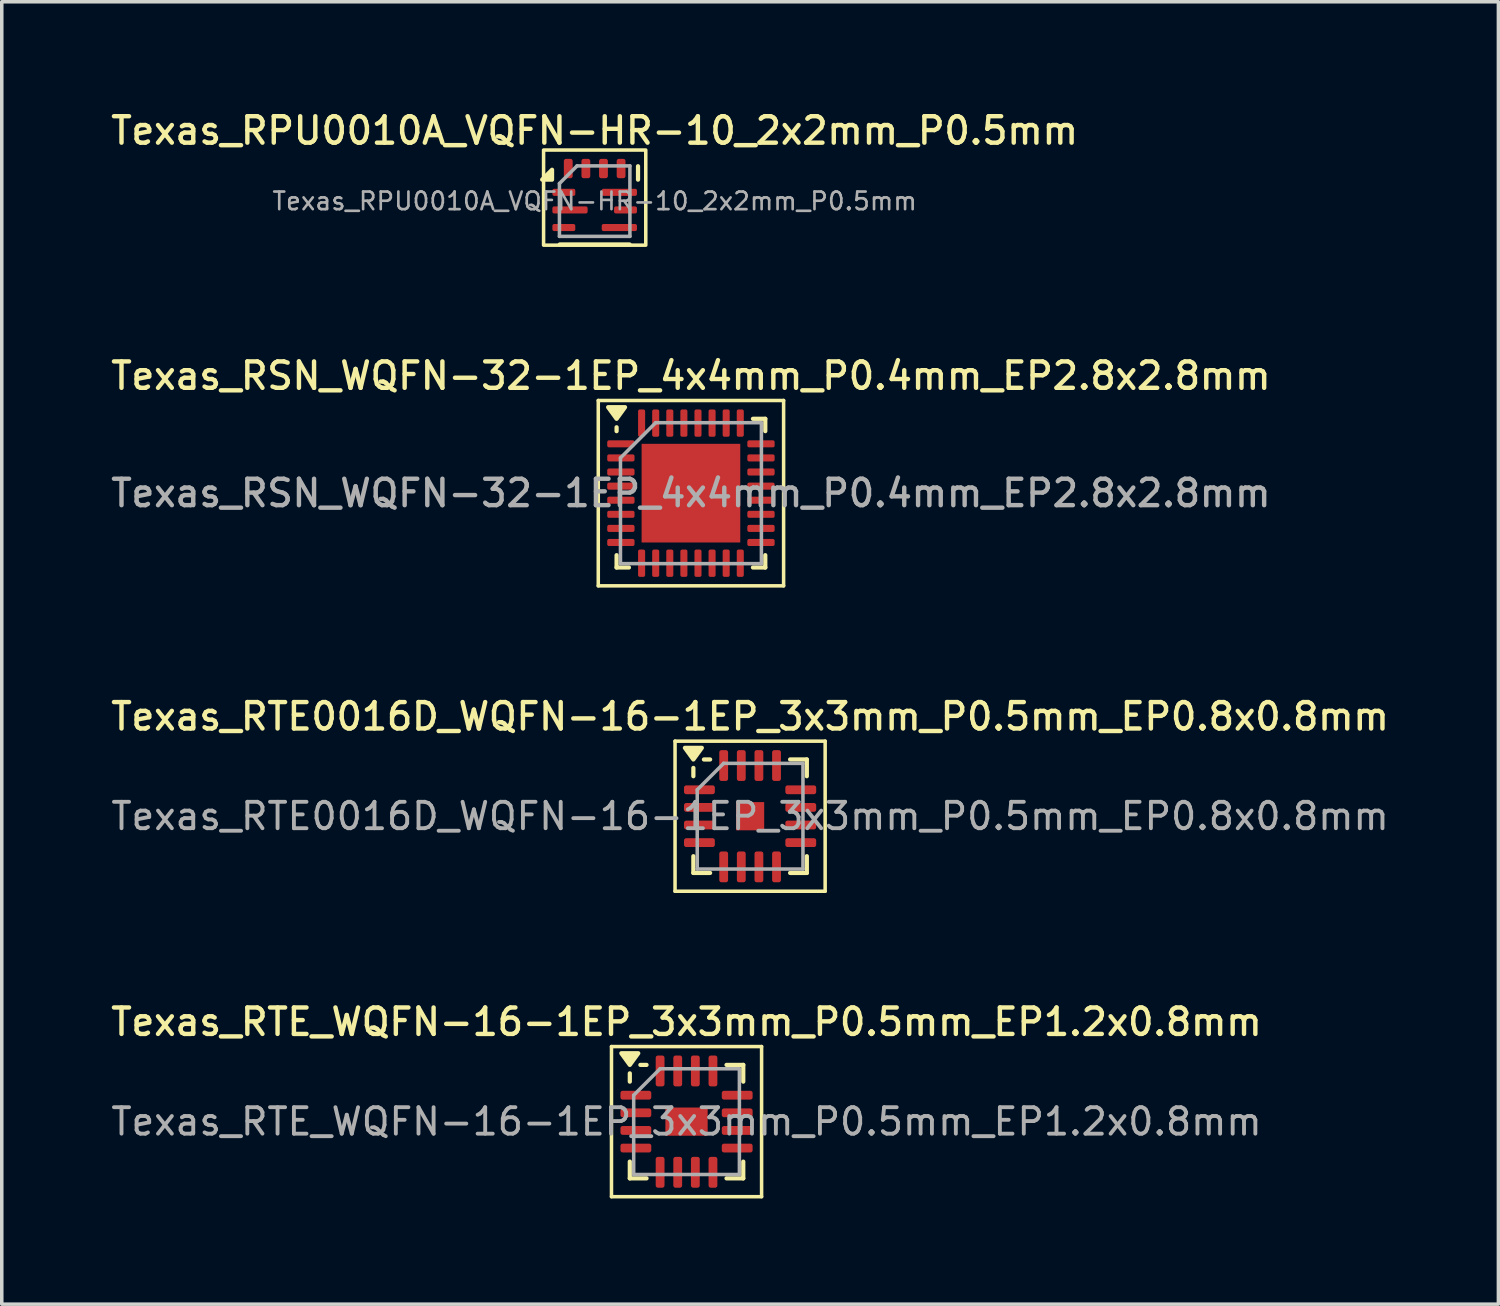
<source format=kicad_pcb>
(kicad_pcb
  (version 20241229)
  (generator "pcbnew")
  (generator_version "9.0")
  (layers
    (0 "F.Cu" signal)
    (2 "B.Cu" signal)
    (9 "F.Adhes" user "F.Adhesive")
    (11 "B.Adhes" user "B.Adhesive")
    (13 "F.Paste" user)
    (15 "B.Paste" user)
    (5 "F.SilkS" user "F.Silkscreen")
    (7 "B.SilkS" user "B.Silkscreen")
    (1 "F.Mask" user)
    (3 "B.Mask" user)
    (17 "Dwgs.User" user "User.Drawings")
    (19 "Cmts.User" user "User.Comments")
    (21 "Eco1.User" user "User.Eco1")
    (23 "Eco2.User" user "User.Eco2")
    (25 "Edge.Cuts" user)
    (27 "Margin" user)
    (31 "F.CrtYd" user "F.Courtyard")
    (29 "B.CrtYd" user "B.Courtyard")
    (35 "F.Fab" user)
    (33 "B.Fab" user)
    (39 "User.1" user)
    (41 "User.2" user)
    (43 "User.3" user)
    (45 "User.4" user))
  (footprint "Texas_RSN_WQFN-32-1EP_4x4mm_P0.4mm_EP2.8x2.8mm"
    (layer "F.Cu")
    (at 16.559 10.946)
    (property "Reference" "Texas_RSN_WQFN-32-1EP_4x4mm_P0.4mm_EP2.8x2.8mm" (at 0 -3.33 0) (layer "F.SilkS") (effects (font (size 0.75 0.75) (thickness 0.125))))
    (attr smd)
    (fp_line (start -2.63 -2.63) (end -2.63 2.63) (stroke (width 0.1) (type solid)) (layer "F.SilkS"))
    (fp_line (start -2.63 2.63) (end 2.63 2.63) (stroke (width 0.1) (type solid)) (layer "F.SilkS"))
    (fp_line (start -2.11 -1.76) (end -2.11 -1.87) (stroke (width 0.12) (type solid)) (layer "F.SilkS"))
    (fp_line (start -2.11 2.11) (end -2.11 1.76) (stroke (width 0.12) (type solid)) (layer "F.SilkS"))
    (fp_line (start -1.76 2.11) (end -2.11 2.11) (stroke (width 0.12) (type solid)) (layer "F.SilkS"))
    (fp_line (start 1.76 -2.11) (end 2.11 -2.11) (stroke (width 0.12) (type solid)) (layer "F.SilkS"))
    (fp_line (start 1.76 2.11) (end 2.11 2.11) (stroke (width 0.12) (type solid)) (layer "F.SilkS"))
    (fp_line (start 2.11 -2.11) (end 2.11 -1.76) (stroke (width 0.12) (type solid)) (layer "F.SilkS"))
    (fp_line (start 2.11 2.11) (end 2.11 1.76) (stroke (width 0.12) (type solid)) (layer "F.SilkS"))
    (fp_line (start 2.63 -2.63) (end -2.63 -2.63) (stroke (width 0.1) (type solid)) (layer "F.SilkS"))
    (fp_line (start 2.63 2.63) (end 2.63 -2.63) (stroke (width 0.1) (type solid)) (layer "F.SilkS"))
    (fp_poly (pts (xy -2.11 -2.11) (xy -2.35 -2.44) (xy -1.87 -2.44) (xy -2.11 -2.11)) (stroke (width 0.12) (type solid)) (fill yes) (layer "F.SilkS"))
    (fp_line (start -2 -1) (end -1 -2) (stroke (width 0.1) (type solid)) (layer "F.Fab"))
    (fp_line (start -2 2) (end -2 -1) (stroke (width 0.1) (type solid)) (layer "F.Fab"))
    (fp_line (start -1 -2) (end 2 -2) (stroke (width 0.1) (type solid)) (layer "F.Fab"))
    (fp_line (start 2 -2) (end 2 2) (stroke (width 0.1) (type solid)) (layer "F.Fab"))
    (fp_line (start 2 2) (end -2 2) (stroke (width 0.1) (type solid)) (layer "F.Fab"))
    (fp_text user "${REFERENCE}" (at 0 0 0) (layer "F.Fab") (effects (font (size 0.75 0.75) (thickness 0.125))))
    (pad "" smd roundrect (at -0.7 -0.7) (size 1.13 1.13) (layers "F.Paste") (roundrect_rratio 0.221))
    (pad "" smd roundrect (at -0.7 0.7) (size 1.13 1.13) (layers "F.Paste") (roundrect_rratio 0.221))
    (pad "" smd roundrect (at 0.7 -0.7) (size 1.13 1.13) (layers "F.Paste") (roundrect_rratio 0.221))
    (pad "" smd roundrect (at 0.7 0.7) (size 1.13 1.13) (layers "F.Paste") (roundrect_rratio 0.221))
    (pad "1" smd roundrect (at -1.988 -1.4) (size 0.775 0.2) (layers "F.Cu" "F.Mask" "F.Paste") (roundrect_rratio 0.25))
    (pad "2" smd roundrect (at -1.988 -1) (size 0.775 0.2) (layers "F.Cu" "F.Mask" "F.Paste") (roundrect_rratio 0.25))
    (pad "3" smd roundrect (at -1.988 -0.6) (size 0.775 0.2) (layers "F.Cu" "F.Mask" "F.Paste") (roundrect_rratio 0.25))
    (pad "4" smd roundrect (at -1.988 -0.2) (size 0.775 0.2) (layers "F.Cu" "F.Mask" "F.Paste") (roundrect_rratio 0.25))
    (pad "5" smd roundrect (at -1.988 0.2) (size 0.775 0.2) (layers "F.Cu" "F.Mask" "F.Paste") (roundrect_rratio 0.25))
    (pad "6" smd roundrect (at -1.988 0.6) (size 0.775 0.2) (layers "F.Cu" "F.Mask" "F.Paste") (roundrect_rratio 0.25))
    (pad "7" smd roundrect (at -1.988 1) (size 0.775 0.2) (layers "F.Cu" "F.Mask" "F.Paste") (roundrect_rratio 0.25))
    (pad "8" smd roundrect (at -1.988 1.4) (size 0.775 0.2) (layers "F.Cu" "F.Mask" "F.Paste") (roundrect_rratio 0.25))
    (pad "9" smd roundrect (at -1.4 1.988) (size 0.2 0.775) (layers "F.Cu" "F.Mask" "F.Paste") (roundrect_rratio 0.25))
    (pad "10" smd roundrect (at -1 1.988) (size 0.2 0.775) (layers "F.Cu" "F.Mask" "F.Paste") (roundrect_rratio 0.25))
    (pad "11" smd roundrect (at -0.6 1.988) (size 0.2 0.775) (layers "F.Cu" "F.Mask" "F.Paste") (roundrect_rratio 0.25))
    (pad "12" smd roundrect (at -0.2 1.988) (size 0.2 0.775) (layers "F.Cu" "F.Mask" "F.Paste") (roundrect_rratio 0.25))
    (pad "13" smd roundrect (at 0.2 1.988) (size 0.2 0.775) (layers "F.Cu" "F.Mask" "F.Paste") (roundrect_rratio 0.25))
    (pad "14" smd roundrect (at 0.6 1.988) (size 0.2 0.775) (layers "F.Cu" "F.Mask" "F.Paste") (roundrect_rratio 0.25))
    (pad "15" smd roundrect (at 1 1.988) (size 0.2 0.775) (layers "F.Cu" "F.Mask" "F.Paste") (roundrect_rratio 0.25))
    (pad "16" smd roundrect (at 1.4 1.988) (size 0.2 0.775) (layers "F.Cu" "F.Mask" "F.Paste") (roundrect_rratio 0.25))
    (pad "17" smd roundrect (at 1.988 1.4) (size 0.775 0.2) (layers "F.Cu" "F.Mask" "F.Paste") (roundrect_rratio 0.25))
    (pad "18" smd roundrect (at 1.988 1) (size 0.775 0.2) (layers "F.Cu" "F.Mask" "F.Paste") (roundrect_rratio 0.25))
    (pad "19" smd roundrect (at 1.988 0.6) (size 0.775 0.2) (layers "F.Cu" "F.Mask" "F.Paste") (roundrect_rratio 0.25))
    (pad "20" smd roundrect (at 1.988 0.2) (size 0.775 0.2) (layers "F.Cu" "F.Mask" "F.Paste") (roundrect_rratio 0.25))
    (pad "21" smd roundrect (at 1.988 -0.2) (size 0.775 0.2) (layers "F.Cu" "F.Mask" "F.Paste") (roundrect_rratio 0.25))
    (pad "22" smd roundrect (at 1.988 -0.6) (size 0.775 0.2) (layers "F.Cu" "F.Mask" "F.Paste") (roundrect_rratio 0.25))
    (pad "23" smd roundrect (at 1.988 -1) (size 0.775 0.2) (layers "F.Cu" "F.Mask" "F.Paste") (roundrect_rratio 0.25))
    (pad "24" smd roundrect (at 1.988 -1.4) (size 0.775 0.2) (layers "F.Cu" "F.Mask" "F.Paste") (roundrect_rratio 0.25))
    (pad "25" smd roundrect (at 1.4 -1.988) (size 0.2 0.775) (layers "F.Cu" "F.Mask" "F.Paste") (roundrect_rratio 0.25))
    (pad "26" smd roundrect (at 1 -1.988) (size 0.2 0.775) (layers "F.Cu" "F.Mask" "F.Paste") (roundrect_rratio 0.25))
    (pad "27" smd roundrect (at 0.6 -1.988) (size 0.2 0.775) (layers "F.Cu" "F.Mask" "F.Paste") (roundrect_rratio 0.25))
    (pad "28" smd roundrect (at 0.2 -1.988) (size 0.2 0.775) (layers "F.Cu" "F.Mask" "F.Paste") (roundrect_rratio 0.25))
    (pad "29" smd roundrect (at -0.2 -1.988) (size 0.2 0.775) (layers "F.Cu" "F.Mask" "F.Paste") (roundrect_rratio 0.25))
    (pad "30" smd roundrect (at -0.6 -1.988) (size 0.2 0.775) (layers "F.Cu" "F.Mask" "F.Paste") (roundrect_rratio 0.25))
    (pad "31" smd roundrect (at -1 -1.988) (size 0.2 0.775) (layers "F.Cu" "F.Mask" "F.Paste") (roundrect_rratio 0.25))
    (pad "32" smd roundrect (at -1.4 -1.988) (size 0.2 0.775) (layers "F.Cu" "F.Mask" "F.Paste") (roundrect_rratio 0.25))
    (pad "33" smd rect (at 0 0) (size 2.8 2.8) (property pad_prop_heatsink) (layers "F.Cu" "F.Mask")))
  (footprint "Texas_RPU0010A_VQFN-HR-10_2x2mm_P0.5mm"
    (layer "F.Cu")
    (at 13.827 2.658)
    (property "Reference" "Texas_RPU0010A_VQFN-HR-10_2x2mm_P0.5mm" (at 0 -2 0) (unlocked yes) (layer "F.SilkS") (effects (font (size 0.75 0.75) (thickness 0.125))))
    (attr smd)
    (fp_line (start -0.99 1.23) (end 0.99 1.23) (stroke (width 0.12) (type default)) (layer "F.SilkS"))
    (fp_line (start 1.23 -0.61) (end 1.23 -0.99) (stroke (width 0.12) (type default)) (layer "F.SilkS"))
    (fp_rect (start -1.45 -1.45) (end 1.45 1.25) (stroke (width 0.1) (type default)) (fill no) (layer "F.SilkS"))
    (fp_poly (pts (xy -1.21 -0.61) (xy -1.49 -0.61) (xy -1.21 -0.89) (xy -1.21 -0.61)) (stroke (width 0.12) (type solid)) (fill yes) (layer "F.SilkS"))
    (fp_line (start -1 -0.5) (end -1 1) (stroke (width 0.1) (type default)) (layer "F.Fab"))
    (fp_line (start -1 -0.5) (end -0.5 -1) (stroke (width 0.1) (type default)) (layer "F.Fab"))
    (fp_line (start -1 1) (end 1 1) (stroke (width 0.1) (type default)) (layer "F.Fab"))
    (fp_line (start 1 -1) (end -0.5 -1) (stroke (width 0.1) (type default)) (layer "F.Fab"))
    (fp_line (start 1 1) (end 1 -1) (stroke (width 0.1) (type default)) (layer "F.Fab"))
    (fp_text user "${REFERENCE}" (at 0 0 0) (unlocked yes) (layer "F.Fab") (effects (font (size 0.5 0.5) (thickness 0.075))))
    (pad "1" smd roundrect (at -0.875 -0.25) (size 0.65 0.2) (layers "F.Cu" "F.Mask" "F.Paste") (roundrect_rratio 0.25))
    (pad "2" smd roundrect (at -0.7 0.25) (size 1 0.2) (layers "F.Cu" "F.Mask" "F.Paste") (roundrect_rratio 0.25))
    (pad "3" smd roundrect (at -0.875 0.75) (size 0.65 0.2) (layers "F.Cu" "F.Mask" "F.Paste") (roundrect_rratio 0.25))
    (pad "4" smd roundrect (at 0.7 0.75) (size 1 0.2) (layers "F.Cu" "F.Mask" "F.Paste") (roundrect_rratio 0.25))
    (pad "5" smd roundrect (at 0.875 0.25) (size 0.65 0.2) (layers "F.Cu" "F.Mask" "F.Paste") (roundrect_rratio 0.25))
    (pad "6" smd roundrect (at 0.7 -0.25) (size 1 0.2) (layers "F.Cu" "F.Mask" "F.Paste") (roundrect_rratio 0.25))
    (pad "7" smd roundrect (at 0.75 -0.925) (size 0.25 0.55) (layers "F.Cu" "F.Mask" "F.Paste") (roundrect_rratio 0.25))
    (pad "8" smd roundrect (at 0.25 -0.925) (size 0.25 0.55) (layers "F.Cu" "F.Mask" "F.Paste") (roundrect_rratio 0.25))
    (pad "9" smd roundrect (at -0.25 -0.925) (size 0.25 0.55) (layers "F.Cu" "F.Mask" "F.Paste") (roundrect_rratio 0.25))
    (pad "10" smd roundrect (at -0.75 -0.925) (size 0.25 0.55) (layers "F.Cu" "F.Mask" "F.Paste") (roundrect_rratio 0.25)))
  (footprint "Texas_RTE0016D_WQFN-16-1EP_3x3mm_P0.5mm_EP0.8x0.8mm"
    (layer "F.Cu")
    (at 18.238 20.114)
    (property "Reference" "Texas_RTE0016D_WQFN-16-1EP_3x3mm_P0.5mm_EP0.8x0.8mm" (at 0 -2.83 0) (layer "F.SilkS") (effects (font (size 0.75 0.75) (thickness 0.125))))
    (attr smd)
    (fp_line (start -2.13 -2.13) (end -2.13 2.13) (stroke (width 0.1) (type solid)) (layer "F.SilkS"))
    (fp_line (start -2.13 2.13) (end 2.13 2.13) (stroke (width 0.1) (type solid)) (layer "F.SilkS"))
    (fp_line (start -1.61 -1.135) (end -1.61 -1.37) (stroke (width 0.12) (type solid)) (layer "F.SilkS"))
    (fp_line (start -1.61 1.61) (end -1.61 1.135) (stroke (width 0.12) (type solid)) (layer "F.SilkS"))
    (fp_line (start -1.135 -1.61) (end -1.31 -1.61) (stroke (width 0.12) (type solid)) (layer "F.SilkS"))
    (fp_line (start -1.135 1.61) (end -1.61 1.61) (stroke (width 0.12) (type solid)) (layer "F.SilkS"))
    (fp_line (start 1.135 -1.61) (end 1.61 -1.61) (stroke (width 0.12) (type solid)) (layer "F.SilkS"))
    (fp_line (start 1.135 1.61) (end 1.61 1.61) (stroke (width 0.12) (type solid)) (layer "F.SilkS"))
    (fp_line (start 1.61 -1.61) (end 1.61 -1.135) (stroke (width 0.12) (type solid)) (layer "F.SilkS"))
    (fp_line (start 1.61 1.61) (end 1.61 1.135) (stroke (width 0.12) (type solid)) (layer "F.SilkS"))
    (fp_line (start 2.13 -2.13) (end -2.13 -2.13) (stroke (width 0.1) (type solid)) (layer "F.SilkS"))
    (fp_line (start 2.13 2.13) (end 2.13 -2.13) (stroke (width 0.1) (type solid)) (layer "F.SilkS"))
    (fp_poly (pts (xy -1.61 -1.61) (xy -1.85 -1.94) (xy -1.37 -1.94) (xy -1.61 -1.61)) (stroke (width 0.12) (type solid)) (fill yes) (layer "F.SilkS"))
    (fp_line (start -1.5 -0.75) (end -0.75 -1.5) (stroke (width 0.1) (type solid)) (layer "F.Fab"))
    (fp_line (start -1.5 1.5) (end -1.5 -0.75) (stroke (width 0.1) (type solid)) (layer "F.Fab"))
    (fp_line (start -0.75 -1.5) (end 1.5 -1.5) (stroke (width 0.1) (type solid)) (layer "F.Fab"))
    (fp_line (start 1.5 -1.5) (end 1.5 1.5) (stroke (width 0.1) (type solid)) (layer "F.Fab"))
    (fp_line (start 1.5 1.5) (end -1.5 1.5) (stroke (width 0.1) (type solid)) (layer "F.Fab"))
    (fp_text user "${REFERENCE}" (at 0 0 0) (layer "F.Fab") (effects (font (size 0.75 0.75) (thickness 0.11))))
    (pad "" smd roundrect (at -0.2 -0.2) (size 0.32 0.32) (layers "F.Paste") (roundrect_rratio 0.25))
    (pad "" smd roundrect (at -0.2 0.2) (size 0.32 0.32) (layers "F.Paste") (roundrect_rratio 0.25))
    (pad "" smd roundrect (at 0.2 -0.2) (size 0.32 0.32) (layers "F.Paste") (roundrect_rratio 0.25))
    (pad "" smd roundrect (at 0.2 0.2) (size 0.32 0.32) (layers "F.Paste") (roundrect_rratio 0.25))
    (pad "1" smd roundrect (at -1.438 -0.75) (size 0.875 0.25) (layers "F.Cu" "F.Mask" "F.Paste") (roundrect_rratio 0.25))
    (pad "2" smd roundrect (at -1.438 -0.25) (size 0.875 0.25) (layers "F.Cu" "F.Mask" "F.Paste") (roundrect_rratio 0.25))
    (pad "3" smd roundrect (at -1.438 0.25) (size 0.875 0.25) (layers "F.Cu" "F.Mask" "F.Paste") (roundrect_rratio 0.25))
    (pad "4" smd roundrect (at -1.438 0.75) (size 0.875 0.25) (layers "F.Cu" "F.Mask" "F.Paste") (roundrect_rratio 0.25))
    (pad "5" smd roundrect (at -0.75 1.438) (size 0.25 0.875) (layers "F.Cu" "F.Mask" "F.Paste") (roundrect_rratio 0.25))
    (pad "6" smd roundrect (at -0.25 1.438) (size 0.25 0.875) (layers "F.Cu" "F.Mask" "F.Paste") (roundrect_rratio 0.25))
    (pad "7" smd roundrect (at 0.25 1.438) (size 0.25 0.875) (layers "F.Cu" "F.Mask" "F.Paste") (roundrect_rratio 0.25))
    (pad "8" smd roundrect (at 0.75 1.438) (size 0.25 0.875) (layers "F.Cu" "F.Mask" "F.Paste") (roundrect_rratio 0.25))
    (pad "9" smd roundrect (at 1.438 0.75) (size 0.875 0.25) (layers "F.Cu" "F.Mask" "F.Paste") (roundrect_rratio 0.25))
    (pad "10" smd roundrect (at 1.438 0.25) (size 0.875 0.25) (layers "F.Cu" "F.Mask" "F.Paste") (roundrect_rratio 0.25))
    (pad "11" smd roundrect (at 1.438 -0.25) (size 0.875 0.25) (layers "F.Cu" "F.Mask" "F.Paste") (roundrect_rratio 0.25))
    (pad "12" smd roundrect (at 1.438 -0.75) (size 0.875 0.25) (layers "F.Cu" "F.Mask" "F.Paste") (roundrect_rratio 0.25))
    (pad "13" smd roundrect (at 0.75 -1.438) (size 0.25 0.875) (layers "F.Cu" "F.Mask" "F.Paste") (roundrect_rratio 0.25))
    (pad "14" smd roundrect (at 0.25 -1.438) (size 0.25 0.875) (layers "F.Cu" "F.Mask" "F.Paste") (roundrect_rratio 0.25))
    (pad "15" smd roundrect (at -0.25 -1.438) (size 0.25 0.875) (layers "F.Cu" "F.Mask" "F.Paste") (roundrect_rratio 0.25))
    (pad "16" smd roundrect (at -0.75 -1.438) (size 0.25 0.875) (layers "F.Cu" "F.Mask" "F.Paste") (roundrect_rratio 0.25))
    (pad "17" smd rect (at 0 0) (size 0.8 0.8) (property pad_prop_heatsink) (layers "F.Cu" "F.Mask")))
  (footprint "Texas_RTE_WQFN-16-1EP_3x3mm_P0.5mm_EP1.2x0.8mm"
    (layer "F.Cu")
    (at 16.434 28.782)
    (property "Reference" "Texas_RTE_WQFN-16-1EP_3x3mm_P0.5mm_EP1.2x0.8mm" (at 0 -2.83 0) (layer "F.SilkS") (effects (font (size 0.75 0.75) (thickness 0.125))))
    (attr smd)
    (fp_line (start -2.13 -2.13) (end -2.13 2.13) (stroke (width 0.1) (type solid)) (layer "F.SilkS"))
    (fp_line (start -2.13 2.13) (end 2.13 2.13) (stroke (width 0.1) (type solid)) (layer "F.SilkS"))
    (fp_line (start -1.61 -1.135) (end -1.61 -1.37) (stroke (width 0.12) (type solid)) (layer "F.SilkS"))
    (fp_line (start -1.61 1.61) (end -1.61 1.135) (stroke (width 0.12) (type solid)) (layer "F.SilkS"))
    (fp_line (start -1.135 -1.61) (end -1.31 -1.61) (stroke (width 0.12) (type solid)) (layer "F.SilkS"))
    (fp_line (start -1.135 1.61) (end -1.61 1.61) (stroke (width 0.12) (type solid)) (layer "F.SilkS"))
    (fp_line (start 1.135 -1.61) (end 1.61 -1.61) (stroke (width 0.12) (type solid)) (layer "F.SilkS"))
    (fp_line (start 1.135 1.61) (end 1.61 1.61) (stroke (width 0.12) (type solid)) (layer "F.SilkS"))
    (fp_line (start 1.61 -1.61) (end 1.61 -1.135) (stroke (width 0.12) (type solid)) (layer "F.SilkS"))
    (fp_line (start 1.61 1.61) (end 1.61 1.135) (stroke (width 0.12) (type solid)) (layer "F.SilkS"))
    (fp_line (start 2.13 -2.13) (end -2.13 -2.13) (stroke (width 0.1) (type solid)) (layer "F.SilkS"))
    (fp_line (start 2.13 2.13) (end 2.13 -2.13) (stroke (width 0.1) (type solid)) (layer "F.SilkS"))
    (fp_poly (pts (xy -1.61 -1.61) (xy -1.85 -1.94) (xy -1.37 -1.94) (xy -1.61 -1.61)) (stroke (width 0.12) (type solid)) (fill yes) (layer "F.SilkS"))
    (fp_line (start -1.5 -0.75) (end -0.75 -1.5) (stroke (width 0.1) (type solid)) (layer "F.Fab"))
    (fp_line (start -1.5 1.5) (end -1.5 -0.75) (stroke (width 0.1) (type solid)) (layer "F.Fab"))
    (fp_line (start -0.75 -1.5) (end 1.5 -1.5) (stroke (width 0.1) (type solid)) (layer "F.Fab"))
    (fp_line (start 1.5 -1.5) (end 1.5 1.5) (stroke (width 0.1) (type solid)) (layer "F.Fab"))
    (fp_line (start 1.5 1.5) (end -1.5 1.5) (stroke (width 0.1) (type solid)) (layer "F.Fab"))
    (fp_text user "${REFERENCE}" (at 0 0 0) (layer "F.Fab") (effects (font (size 0.75 0.75) (thickness 0.11))))
    (pad "" smd roundrect (at -0.3 -0.2) (size 0.48 0.32) (layers "F.Paste") (roundrect_rratio 0.25))
    (pad "" smd roundrect (at -0.3 0.2) (size 0.48 0.32) (layers "F.Paste") (roundrect_rratio 0.25))
    (pad "" smd roundrect (at 0.3 -0.2) (size 0.48 0.32) (layers "F.Paste") (roundrect_rratio 0.25))
    (pad "" smd roundrect (at 0.3 0.2) (size 0.48 0.32) (layers "F.Paste") (roundrect_rratio 0.25))
    (pad "1" smd roundrect (at -1.438 -0.75) (size 0.875 0.25) (layers "F.Cu" "F.Mask" "F.Paste") (roundrect_rratio 0.25))
    (pad "2" smd roundrect (at -1.438 -0.25) (size 0.875 0.25) (layers "F.Cu" "F.Mask" "F.Paste") (roundrect_rratio 0.25))
    (pad "3" smd roundrect (at -1.438 0.25) (size 0.875 0.25) (layers "F.Cu" "F.Mask" "F.Paste") (roundrect_rratio 0.25))
    (pad "4" smd roundrect (at -1.438 0.75) (size 0.875 0.25) (layers "F.Cu" "F.Mask" "F.Paste") (roundrect_rratio 0.25))
    (pad "5" smd roundrect (at -0.75 1.438) (size 0.25 0.875) (layers "F.Cu" "F.Mask" "F.Paste") (roundrect_rratio 0.25))
    (pad "6" smd roundrect (at -0.25 1.438) (size 0.25 0.875) (layers "F.Cu" "F.Mask" "F.Paste") (roundrect_rratio 0.25))
    (pad "7" smd roundrect (at 0.25 1.438) (size 0.25 0.875) (layers "F.Cu" "F.Mask" "F.Paste") (roundrect_rratio 0.25))
    (pad "8" smd roundrect (at 0.75 1.438) (size 0.25 0.875) (layers "F.Cu" "F.Mask" "F.Paste") (roundrect_rratio 0.25))
    (pad "9" smd roundrect (at 1.438 0.75) (size 0.875 0.25) (layers "F.Cu" "F.Mask" "F.Paste") (roundrect_rratio 0.25))
    (pad "10" smd roundrect (at 1.438 0.25) (size 0.875 0.25) (layers "F.Cu" "F.Mask" "F.Paste") (roundrect_rratio 0.25))
    (pad "11" smd roundrect (at 1.438 -0.25) (size 0.875 0.25) (layers "F.Cu" "F.Mask" "F.Paste") (roundrect_rratio 0.25))
    (pad "12" smd roundrect (at 1.438 -0.75) (size 0.875 0.25) (layers "F.Cu" "F.Mask" "F.Paste") (roundrect_rratio 0.25))
    (pad "13" smd roundrect (at 0.75 -1.438) (size 0.25 0.875) (layers "F.Cu" "F.Mask" "F.Paste") (roundrect_rratio 0.25))
    (pad "14" smd roundrect (at 0.25 -1.438) (size 0.25 0.875) (layers "F.Cu" "F.Mask" "F.Paste") (roundrect_rratio 0.25))
    (pad "15" smd roundrect (at -0.25 -1.438) (size 0.25 0.875) (layers "F.Cu" "F.Mask" "F.Paste") (roundrect_rratio 0.25))
    (pad "16" smd roundrect (at -0.75 -1.438) (size 0.25 0.875) (layers "F.Cu" "F.Mask" "F.Paste") (roundrect_rratio 0.25))
    (pad "17" smd rect (at 0 0) (size 1.2 0.8) (property pad_prop_heatsink) (layers "F.Cu" "F.Mask")))
  (gr_rect
    (start -3 -3)
    (end 39.475 33.962)
    (stroke (width 0.1) (type default))
    (fill no)
    (layer "Edge.Cuts")))
</source>
